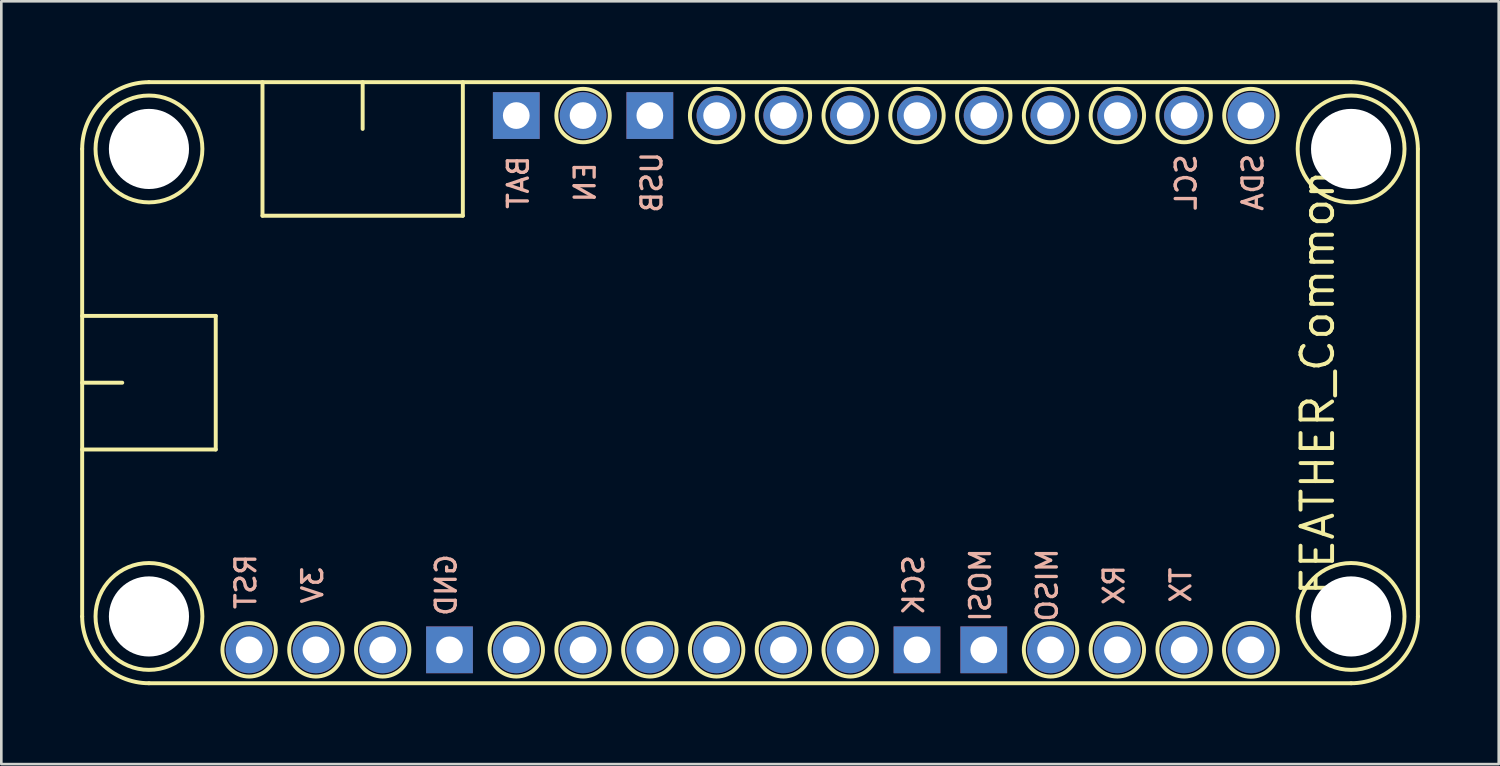
<source format=kicad_pcb>
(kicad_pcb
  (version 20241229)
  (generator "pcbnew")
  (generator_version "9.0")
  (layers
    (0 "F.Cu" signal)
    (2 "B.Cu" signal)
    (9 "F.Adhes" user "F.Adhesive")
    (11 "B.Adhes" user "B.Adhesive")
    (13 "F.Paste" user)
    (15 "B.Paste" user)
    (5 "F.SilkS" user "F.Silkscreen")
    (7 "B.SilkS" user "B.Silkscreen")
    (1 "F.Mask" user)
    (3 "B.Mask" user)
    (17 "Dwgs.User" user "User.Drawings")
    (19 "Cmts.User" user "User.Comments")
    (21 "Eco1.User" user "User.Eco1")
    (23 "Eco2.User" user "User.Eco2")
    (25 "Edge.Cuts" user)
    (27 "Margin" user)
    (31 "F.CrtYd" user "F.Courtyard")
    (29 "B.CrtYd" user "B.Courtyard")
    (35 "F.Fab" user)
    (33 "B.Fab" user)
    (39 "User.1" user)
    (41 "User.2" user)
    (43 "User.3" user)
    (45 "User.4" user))
  (footprint "FEATHER_Common"
    (layer "F.Cu")
    (at 25.475 11.505)
    (property "Reference" "FEATHER_Common" (at 21.59 0 90) (layer "F.SilkS") (effects (font (size 1.2 1.2) (thickness 0.15))))
    (attr through_hole)
    (fp_line (start -25.4 -8.89) (end -25.4 8.89) (stroke (width 0.15) (type solid)) (layer "F.SilkS"))
    (fp_line (start -25.4 -2.54) (end -20.32 -2.54) (stroke (width 0.15) (type solid)) (layer "F.SilkS"))
    (fp_line (start -25.4 0) (end -23.876 0) (stroke (width 0.15) (type solid)) (layer "F.SilkS"))
    (fp_line (start -22.86 11.43) (end 22.86 11.43) (stroke (width 0.15) (type solid)) (layer "F.SilkS"))
    (fp_line (start -20.32 -2.54) (end -20.32 2.54) (stroke (width 0.15) (type solid)) (layer "F.SilkS"))
    (fp_line (start -20.32 2.54) (end -25.4 2.54) (stroke (width 0.15) (type solid)) (layer "F.SilkS"))
    (fp_line (start -18.542 -6.35) (end -18.542 -11.43) (stroke (width 0.15) (type solid)) (layer "F.SilkS"))
    (fp_line (start -18.542 -6.35) (end -10.922 -6.35) (stroke (width 0.15) (type solid)) (layer "F.SilkS"))
    (fp_line (start -14.732 -11.43) (end -14.732 -9.652) (stroke (width 0.15) (type solid)) (layer "F.SilkS"))
    (fp_line (start -10.922 -6.35) (end -10.922 -11.43) (stroke (width 0.15) (type solid)) (layer "F.SilkS"))
    (fp_line (start 22.86 -11.43) (end -22.86 -11.43) (stroke (width 0.15) (type solid)) (layer "F.SilkS"))
    (fp_line (start 25.4 -8.89) (end 25.4 8.89) (stroke (width 0.15) (type solid)) (layer "F.SilkS"))
    (fp_arc (start -25.4 -8.89) (mid -24.656051 -10.686051) (end -22.86 -11.43) (stroke (width 0.15) (type solid)) (layer "F.SilkS"))
    (fp_arc (start -22.86 11.43) (mid -24.656051 10.686051) (end -25.4 8.89) (stroke (width 0.15) (type solid)) (layer "F.SilkS"))
    (fp_arc (start 22.86 -11.43) (mid 24.656051 -10.686051) (end 25.4 -8.89) (stroke (width 0.15) (type solid)) (layer "F.SilkS"))
    (fp_arc (start 25.4 8.89) (mid 24.656051 10.686051) (end 22.86 11.43) (stroke (width 0.15) (type solid)) (layer "F.SilkS"))
    (fp_circle (center -22.86 -8.89) (end -20.828 -8.89) (stroke (width 0.15) (type solid)) (fill no) (layer "F.SilkS"))
    (fp_circle (center -22.86 8.89) (end -20.828 8.89) (stroke (width 0.15) (type solid)) (fill no) (layer "F.SilkS"))
    (fp_circle (center -19.05 10.16) (end -18.034 10.16) (stroke (width 0.15) (type solid)) (fill no) (layer "F.SilkS"))
    (fp_circle (center -16.51 10.16) (end -15.494 10.16) (stroke (width 0.15) (type solid)) (fill no) (layer "F.SilkS"))
    (fp_circle (center -13.97 10.16) (end -12.954 10.16) (stroke (width 0.15) (type solid)) (fill no) (layer "F.SilkS"))
    (fp_circle (center -8.89 10.16) (end -9.906 10.16) (stroke (width 0.15) (type solid)) (fill no) (layer "F.SilkS"))
    (fp_circle (center -6.35 -10.16) (end -5.334 -10.16) (stroke (width 0.15) (type solid)) (fill no) (layer "F.SilkS"))
    (fp_circle (center -6.35 10.16) (end -7.366 10.16) (stroke (width 0.15) (type solid)) (fill no) (layer "F.SilkS"))
    (fp_circle (center -3.81 10.16) (end -4.826 10.16) (stroke (width 0.15) (type solid)) (fill no) (layer "F.SilkS"))
    (fp_circle (center -1.27 -10.16) (end -0.254 -10.16) (stroke (width 0.15) (type solid)) (fill no) (layer "F.SilkS"))
    (fp_circle (center -1.27 10.16) (end -2.286 10.16) (stroke (width 0.15) (type solid)) (fill no) (layer "F.SilkS"))
    (fp_circle (center 1.27 -10.16) (end 2.286 -10.16) (stroke (width 0.15) (type solid)) (fill no) (layer "F.SilkS"))
    (fp_circle (center 1.27 10.16) (end 0.254 10.16) (stroke (width 0.15) (type solid)) (fill no) (layer "F.SilkS"))
    (fp_circle (center 3.81 -10.16) (end 4.826 -10.16) (stroke (width 0.15) (type solid)) (fill no) (layer "F.SilkS"))
    (fp_circle (center 3.81 10.16) (end 2.794 10.16) (stroke (width 0.15) (type solid)) (fill no) (layer "F.SilkS"))
    (fp_circle (center 6.35 -10.16) (end 7.366 -10.16) (stroke (width 0.15) (type solid)) (fill no) (layer "F.SilkS"))
    (fp_circle (center 8.89 -10.16) (end 7.874 -10.16) (stroke (width 0.15) (type solid)) (fill no) (layer "F.SilkS"))
    (fp_circle (center 11.43 -10.16) (end 12.446 -10.16) (stroke (width 0.15) (type solid)) (fill no) (layer "F.SilkS"))
    (fp_circle (center 11.43 10.16) (end 12.446 10.16) (stroke (width 0.15) (type solid)) (fill no) (layer "F.SilkS"))
    (fp_circle (center 13.97 -10.16) (end 14.986 -10.16) (stroke (width 0.15) (type solid)) (fill no) (layer "F.SilkS"))
    (fp_circle (center 13.97 10.16) (end 14.986 10.16) (stroke (width 0.15) (type solid)) (fill no) (layer "F.SilkS"))
    (fp_circle (center 16.51 -10.16) (end 15.494 -10.16) (stroke (width 0.15) (type solid)) (fill no) (layer "F.SilkS"))
    (fp_circle (center 16.51 10.16) (end 17.526 10.16) (stroke (width 0.15) (type solid)) (fill no) (layer "F.SilkS"))
    (fp_circle (center 19.05 -10.16) (end 18.034 -10.16) (stroke (width 0.15) (type solid)) (fill no) (layer "F.SilkS"))
    (fp_circle (center 19.05 10.16) (end 20.066 10.033) (stroke (width 0.15) (type solid)) (fill no) (layer "F.SilkS"))
    (fp_circle (center 22.86 -8.89) (end 20.828 -8.89) (stroke (width 0.15) (type solid)) (fill no) (layer "F.SilkS"))
    (fp_circle (center 22.86 8.89) (end 20.828 8.89) (stroke (width 0.15) (type solid)) (fill no) (layer "F.SilkS"))
    (fp_text user "SCL" (at 16.586 -7.62 270) (layer "B.SilkS") (effects (font (size 0.762 0.762) (thickness 0.127)) (justify mirror)))
    (fp_text user "MOSI" (at 8.763 7.696 270) (layer "B.SilkS") (effects (font (size 0.762 0.762) (thickness 0.127)) (justify mirror)))
    (fp_text user "RST" (at -19.177 7.566 270) (layer "B.SilkS") (effects (font (size 0.762 0.762) (thickness 0.127)) (justify mirror)))
    (fp_text user "RX" (at 13.843 7.696 270) (layer "B.SilkS") (effects (font (size 0.762 0.762) (thickness 0.127)) (justify mirror)))
    (fp_text user "GND" (at -11.557 7.696 270) (layer "B.SilkS") (effects (font (size 0.762 0.762) (thickness 0.127)) (justify mirror)))
    (fp_text user "SDA" (at 19.126 -7.62 270) (layer "B.SilkS") (effects (font (size 0.762 0.762) (thickness 0.127)) (justify mirror)))
    (fp_text user "BAT" (at -8.814 -7.62 270) (layer "B.SilkS") (effects (font (size 0.762 0.762) (thickness 0.127)) (justify mirror)))
    (fp_text user "SCK" (at 6.223 7.696 270) (layer "B.SilkS") (effects (font (size 0.762 0.762) (thickness 0.127)) (justify mirror)))
    (fp_text user "MISO" (at 11.303 7.696 270) (layer "B.SilkS") (effects (font (size 0.762 0.762) (thickness 0.127)) (justify mirror)))
    (fp_text user "TX" (at 16.383 7.696 270) (layer "B.SilkS") (effects (font (size 0.762 0.762) (thickness 0.127)) (justify mirror)))
    (fp_text user "EN" (at -6.274 -7.62 270) (layer "B.SilkS") (effects (font (size 0.762 0.762) (thickness 0.127)) (justify mirror)))
    (fp_text user "3V" (at -16.637 7.696 270) (layer "B.SilkS") (effects (font (size 0.762 0.762) (thickness 0.127)) (justify mirror)))
    (fp_text user "USB" (at -3.734 -7.62 270) (layer "B.SilkS") (effects (font (size 0.762 0.762) (thickness 0.127)) (justify mirror)))
    (pad "" np_thru_hole circle (at -22.86 -8.89) (size 3.048 3.048) (drill 3.048) (layers "*.Cu" "*.Mask"))
    (pad "" np_thru_hole circle (at -22.86 8.89) (size 3.048 3.048) (drill 3.048) (layers "*.Cu" "*.Mask"))
    (pad "" np_thru_hole circle (at 22.86 -8.89) (size 3.048 3.048) (drill 3.048) (layers "*.Cu" "*.Mask"))
    (pad "" np_thru_hole circle (at 22.86 8.89) (size 3.048 3.048) (drill 3.048) (layers "*.Cu" "*.Mask"))
    (pad "1" thru_hole circle (at -19.05 10.16) (size 1.778 1.778) (drill 1.016) (layers "*.Cu" "*.Mask"))
    (pad "2" thru_hole circle (at -16.51 10.16) (size 1.778 1.778) (drill 1.016) (layers "*.Cu" "*.Mask"))
    (pad "3" thru_hole circle (at -13.97 10.16) (size 1.778 1.778) (drill 1.016) (layers "*.Cu" "*.Mask"))
    (pad "4" thru_hole rect (at -11.43 10.16) (size 1.778 1.778) (drill 1.016) (layers "*.Cu" "*.Mask"))
    (pad "5" thru_hole circle (at -8.89 10.16) (size 1.778 1.778) (drill 1.016) (layers "*.Cu" "*.Mask"))
    (pad "6" thru_hole circle (at -6.35 10.16) (size 1.778 1.778) (drill 1.016) (layers "*.Cu" "*.Mask"))
    (pad "7" thru_hole circle (at -3.81 10.16) (size 1.778 1.778) (drill 1.016) (layers "*.Cu" "*.Mask"))
    (pad "8" thru_hole circle (at -1.27 10.16) (size 1.778 1.778) (drill 1.016) (layers "*.Cu" "*.Mask"))
    (pad "9" thru_hole circle (at 1.27 10.16) (size 1.778 1.778) (drill 1.016) (layers "*.Cu" "*.Mask"))
    (pad "10" thru_hole circle (at 3.81 10.16) (size 1.778 1.778) (drill 1.016) (layers "*.Cu" "*.Mask"))
    (pad "11" thru_hole rect (at 6.35 10.16) (size 1.778 1.778) (drill 1.016) (layers "*.Cu" "*.Mask"))
    (pad "12" thru_hole rect (at 8.89 10.16) (size 1.778 1.778) (drill 1.016) (layers "*.Cu" "*.Mask"))
    (pad "13" thru_hole circle (at 11.43 10.16) (size 1.778 1.778) (drill 1.016) (layers "*.Cu" "*.Mask"))
    (pad "14" thru_hole circle (at 13.97 10.16) (size 1.778 1.778) (drill 1.016) (layers "*.Cu" "*.Mask"))
    (pad "15" thru_hole circle (at 16.51 10.16) (size 1.778 1.778) (drill 1.016) (layers "*.Cu" "*.Mask"))
    (pad "16" thru_hole circle (at 19.05 10.16) (size 1.778 1.778) (drill 1.016) (layers "*.Cu" "*.Mask"))
    (pad "17" thru_hole circle (at 19.05 -10.16) (size 1.778 1.778) (drill 1.016) (layers "*.Cu" "*.Mask"))
    (pad "18" thru_hole circle (at 16.51 -10.16) (size 1.524 1.524) (drill 1.016) (layers "*.Cu" "*.Mask"))
    (pad "19" thru_hole circle (at 13.97 -10.16) (size 1.524 1.524) (drill 1.016) (layers "*.Cu" "*.Mask"))
    (pad "20" thru_hole circle (at 11.43 -10.16) (size 1.524 1.524) (drill 1.016) (layers "*.Cu" "*.Mask"))
    (pad "21" thru_hole circle (at 8.89 -10.16) (size 1.524 1.524) (drill 1.016) (layers "*.Cu" "*.Mask"))
    (pad "22" thru_hole circle (at 6.35 -10.16) (size 1.524 1.524) (drill 1.016) (layers "*.Cu" "*.Mask"))
    (pad "23" thru_hole circle (at 3.81 -10.16) (size 1.524 1.524) (drill 1.016) (layers "*.Cu" "*.Mask"))
    (pad "24" thru_hole circle (at 1.27 -10.16) (size 1.524 1.524) (drill 1.016) (layers "*.Cu" "*.Mask"))
    (pad "25" thru_hole circle (at -1.27 -10.16) (size 1.524 1.524) (drill 1.016) (layers "*.Cu" "*.Mask"))
    (pad "26" thru_hole rect (at -3.81 -10.16) (size 1.778 1.778) (drill 1.016) (layers "*.Cu" "*.Mask"))
    (pad "27" thru_hole circle (at -6.35 -10.16) (size 1.778 1.778) (drill 1.016) (layers "*.Cu" "*.Mask"))
    (pad "28" thru_hole rect (at -8.89 -10.16) (size 1.778 1.778) (drill 1.016) (layers "*.Cu" "*.Mask")))
  (gr_rect
    (start -3 -3)
    (end 53.95 26.01)
    (stroke (width 0.1) (type default))
    (fill no)
    (layer "Edge.Cuts")))
</source>
